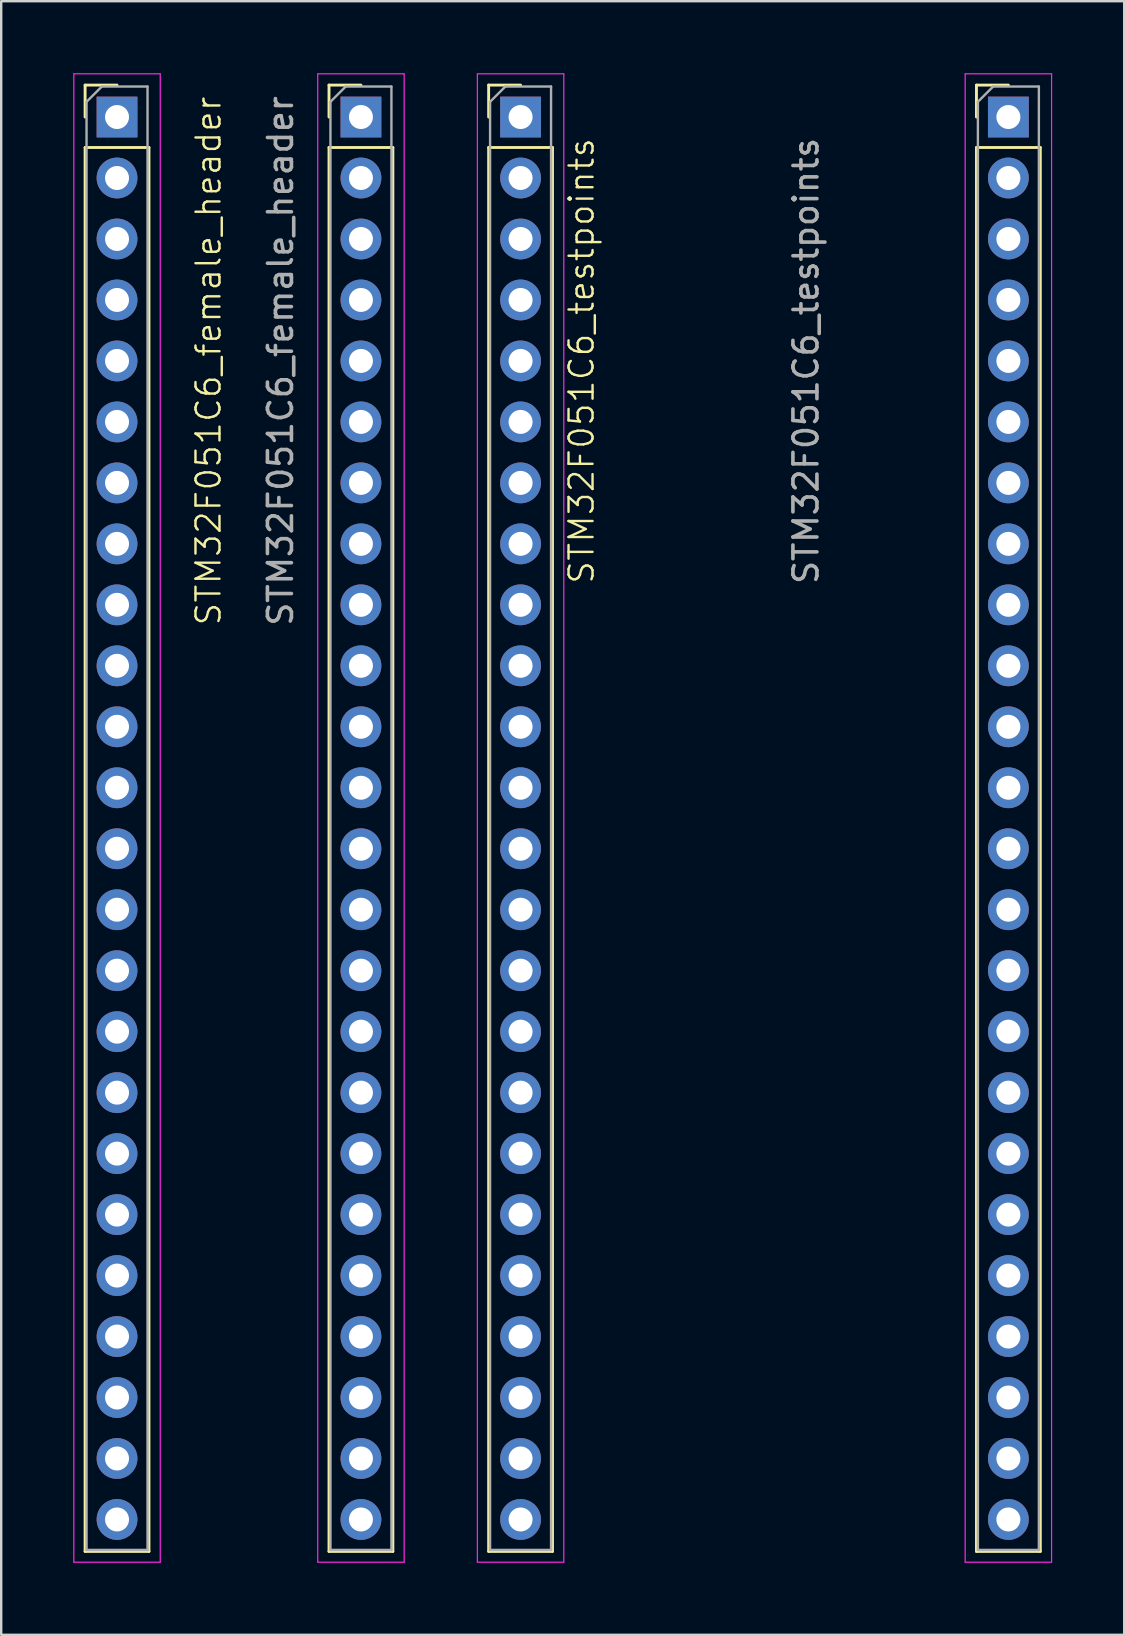
<source format=kicad_pcb>
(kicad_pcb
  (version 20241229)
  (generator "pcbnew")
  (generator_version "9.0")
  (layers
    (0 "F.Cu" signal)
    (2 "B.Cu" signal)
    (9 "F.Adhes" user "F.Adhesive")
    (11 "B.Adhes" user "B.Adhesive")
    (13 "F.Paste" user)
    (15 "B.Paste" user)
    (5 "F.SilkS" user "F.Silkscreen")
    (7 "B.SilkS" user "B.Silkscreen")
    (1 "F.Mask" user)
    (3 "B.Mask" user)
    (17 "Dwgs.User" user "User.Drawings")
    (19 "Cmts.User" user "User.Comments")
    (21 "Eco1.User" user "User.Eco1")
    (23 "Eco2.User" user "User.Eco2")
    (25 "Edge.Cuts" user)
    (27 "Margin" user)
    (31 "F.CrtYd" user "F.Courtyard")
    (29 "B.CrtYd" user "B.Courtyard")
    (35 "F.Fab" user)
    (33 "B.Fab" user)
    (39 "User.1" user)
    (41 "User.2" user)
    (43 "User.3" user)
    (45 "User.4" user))
  (footprint "STM32F051C6_female_header"
    (layer "F.Cu")
    (at 6.905 4.365)
    (property "Reference" "STM32F051C6_female_header" (at -1.27 7.62 90) (unlocked yes) (layer "F.SilkS") (effects (font (size 1 1) (thickness 0.1))))
    (attr smd)
    (fp_line (start -6.41 -3.87) (end -5.08 -3.87) (stroke (width 0.12) (type solid)) (layer "F.SilkS"))
    (fp_line (start -6.41 -2.54) (end -6.41 -3.87) (stroke (width 0.12) (type solid)) (layer "F.SilkS"))
    (fp_line (start -6.41 -1.27) (end -6.41 57.21) (stroke (width 0.12) (type solid)) (layer "F.SilkS"))
    (fp_line (start -6.41 -1.27) (end -3.75 -1.27) (stroke (width 0.12) (type solid)) (layer "F.SilkS"))
    (fp_line (start -6.41 57.21) (end -3.75 57.21) (stroke (width 0.12) (type solid)) (layer "F.SilkS"))
    (fp_line (start -3.75 -1.27) (end -3.75 57.21) (stroke (width 0.12) (type solid)) (layer "F.SilkS"))
    (fp_line (start 3.75 -3.87) (end 5.08 -3.87) (stroke (width 0.12) (type solid)) (layer "F.SilkS"))
    (fp_line (start 3.75 -2.54) (end 3.75 -3.87) (stroke (width 0.12) (type solid)) (layer "F.SilkS"))
    (fp_line (start 3.75 -1.27) (end 3.75 57.21) (stroke (width 0.12) (type solid)) (layer "F.SilkS"))
    (fp_line (start 3.75 -1.27) (end 6.41 -1.27) (stroke (width 0.12) (type solid)) (layer "F.SilkS"))
    (fp_line (start 3.75 57.21) (end 6.41 57.21) (stroke (width 0.12) (type solid)) (layer "F.SilkS"))
    (fp_line (start 6.41 -1.27) (end 6.41 57.21) (stroke (width 0.12) (type solid)) (layer "F.SilkS"))
    (fp_line (start -6.88 -4.34) (end -6.88 57.66) (stroke (width 0.05) (type solid)) (layer "F.CrtYd"))
    (fp_line (start -6.88 57.66) (end -3.28 57.66) (stroke (width 0.05) (type solid)) (layer "F.CrtYd"))
    (fp_line (start -3.28 -4.34) (end -6.88 -4.34) (stroke (width 0.05) (type solid)) (layer "F.CrtYd"))
    (fp_line (start -3.28 57.66) (end -3.28 -4.34) (stroke (width 0.05) (type solid)) (layer "F.CrtYd"))
    (fp_line (start 3.28 -4.34) (end 3.28 57.66) (stroke (width 0.05) (type solid)) (layer "F.CrtYd"))
    (fp_line (start 3.28 57.66) (end 6.88 57.66) (stroke (width 0.05) (type solid)) (layer "F.CrtYd"))
    (fp_line (start 6.88 -4.34) (end 3.28 -4.34) (stroke (width 0.05) (type solid)) (layer "F.CrtYd"))
    (fp_line (start 6.88 57.66) (end 6.88 -4.34) (stroke (width 0.05) (type solid)) (layer "F.CrtYd"))
    (fp_line (start -6.35 -3.175) (end -5.715 -3.81) (stroke (width 0.1) (type solid)) (layer "F.Fab"))
    (fp_line (start -6.35 57.15) (end -6.35 -3.175) (stroke (width 0.1) (type solid)) (layer "F.Fab"))
    (fp_line (start -5.715 -3.81) (end -3.81 -3.81) (stroke (width 0.1) (type solid)) (layer "F.Fab"))
    (fp_line (start -3.81 -3.81) (end -3.81 57.15) (stroke (width 0.1) (type solid)) (layer "F.Fab"))
    (fp_line (start -3.81 57.15) (end -6.35 57.15) (stroke (width 0.1) (type solid)) (layer "F.Fab"))
    (fp_line (start 3.81 -3.175) (end 4.445 -3.81) (stroke (width 0.1) (type solid)) (layer "F.Fab"))
    (fp_line (start 3.81 57.15) (end 3.81 -3.175) (stroke (width 0.1) (type solid)) (layer "F.Fab"))
    (fp_line (start 4.445 -3.81) (end 6.35 -3.81) (stroke (width 0.1) (type solid)) (layer "F.Fab"))
    (fp_line (start 6.35 -3.81) (end 6.35 57.15) (stroke (width 0.1) (type solid)) (layer "F.Fab"))
    (fp_line (start 6.35 57.15) (end 3.81 57.15) (stroke (width 0.1) (type solid)) (layer "F.Fab"))
    (fp_text user "${REFERENCE}" (at 1.73 7.62 90) (unlocked yes) (layer "F.Fab") (effects (font (size 1 1) (thickness 0.15))))
    (pad "1" thru_hole rect (at -5.08 -2.54) (size 1.7 1.7) (drill 1) (layers "*.Cu" "*.Mask"))
    (pad "2" thru_hole oval (at -5.08 0) (size 1.7 1.7) (drill 1) (layers "*.Cu" "*.Mask"))
    (pad "3" thru_hole oval (at -5.08 2.54) (size 1.7 1.7) (drill 1) (layers "*.Cu" "*.Mask"))
    (pad "4" thru_hole oval (at -5.08 5.08) (size 1.7 1.7) (drill 1) (layers "*.Cu" "*.Mask"))
    (pad "5" thru_hole oval (at -5.08 7.62) (size 1.7 1.7) (drill 1) (layers "*.Cu" "*.Mask"))
    (pad "6" thru_hole oval (at -5.08 10.16) (size 1.7 1.7) (drill 1) (layers "*.Cu" "*.Mask"))
    (pad "7" thru_hole oval (at -5.08 12.7) (size 1.7 1.7) (drill 1) (layers "*.Cu" "*.Mask"))
    (pad "8" thru_hole oval (at -5.08 15.24) (size 1.7 1.7) (drill 1) (layers "*.Cu" "*.Mask"))
    (pad "9" thru_hole oval (at -5.08 17.78) (size 1.7 1.7) (drill 1) (layers "*.Cu" "*.Mask"))
    (pad "10" thru_hole oval (at -5.08 20.32) (size 1.7 1.7) (drill 1) (layers "*.Cu" "*.Mask"))
    (pad "11" thru_hole oval (at -5.08 22.86) (size 1.7 1.7) (drill 1) (layers "*.Cu" "*.Mask"))
    (pad "12" thru_hole oval (at -5.08 25.4) (size 1.7 1.7) (drill 1) (layers "*.Cu" "*.Mask"))
    (pad "13" thru_hole oval (at -5.08 27.94) (size 1.7 1.7) (drill 1) (layers "*.Cu" "*.Mask"))
    (pad "14" thru_hole oval (at -5.08 30.48) (size 1.7 1.7) (drill 1) (layers "*.Cu" "*.Mask"))
    (pad "15" thru_hole oval (at -5.08 33.02) (size 1.7 1.7) (drill 1) (layers "*.Cu" "*.Mask"))
    (pad "16" thru_hole oval (at -5.08 35.56) (size 1.7 1.7) (drill 1) (layers "*.Cu" "*.Mask"))
    (pad "17" thru_hole oval (at -5.08 38.1) (size 1.7 1.7) (drill 1) (layers "*.Cu" "*.Mask"))
    (pad "18" thru_hole oval (at -5.08 40.64) (size 1.7 1.7) (drill 1) (layers "*.Cu" "*.Mask"))
    (pad "19" thru_hole oval (at -5.08 43.18) (size 1.7 1.7) (drill 1) (layers "*.Cu" "*.Mask"))
    (pad "20" thru_hole oval (at -5.08 45.72) (size 1.7 1.7) (drill 1) (layers "*.Cu" "*.Mask"))
    (pad "21" thru_hole oval (at -5.08 48.26) (size 1.7 1.7) (drill 1) (layers "*.Cu" "*.Mask"))
    (pad "22" thru_hole oval (at -5.08 50.8) (size 1.7 1.7) (drill 1) (layers "*.Cu" "*.Mask"))
    (pad "23" thru_hole oval (at -5.08 53.34) (size 1.7 1.7) (drill 1) (layers "*.Cu" "*.Mask"))
    (pad "24" thru_hole oval (at -5.08 55.88) (size 1.7 1.7) (drill 1) (layers "*.Cu" "*.Mask"))
    (pad "25" thru_hole oval (at 5.08 55.88) (size 1.7 1.7) (drill 1) (layers "*.Cu" "*.Mask"))
    (pad "26" thru_hole oval (at 5.08 53.34) (size 1.7 1.7) (drill 1) (layers "*.Cu" "*.Mask"))
    (pad "27" thru_hole oval (at 5.08 50.8) (size 1.7 1.7) (drill 1) (layers "*.Cu" "*.Mask"))
    (pad "28" thru_hole oval (at 5.08 48.26) (size 1.7 1.7) (drill 1) (layers "*.Cu" "*.Mask"))
    (pad "29" thru_hole oval (at 5.08 45.72) (size 1.7 1.7) (drill 1) (layers "*.Cu" "*.Mask"))
    (pad "30" thru_hole oval (at 5.08 43.18) (size 1.7 1.7) (drill 1) (layers "*.Cu" "*.Mask"))
    (pad "31" thru_hole oval (at 5.08 40.64) (size 1.7 1.7) (drill 1) (layers "*.Cu" "*.Mask"))
    (pad "32" thru_hole oval (at 5.08 38.1) (size 1.7 1.7) (drill 1) (layers "*.Cu" "*.Mask"))
    (pad "33" thru_hole oval (at 5.08 35.56) (size 1.7 1.7) (drill 1) (layers "*.Cu" "*.Mask"))
    (pad "34" thru_hole oval (at 5.08 33.02) (size 1.7 1.7) (drill 1) (layers "*.Cu" "*.Mask"))
    (pad "35" thru_hole oval (at 5.08 30.48) (size 1.7 1.7) (drill 1) (layers "*.Cu" "*.Mask"))
    (pad "36" thru_hole oval (at 5.08 27.94) (size 1.7 1.7) (drill 1) (layers "*.Cu" "*.Mask"))
    (pad "37" thru_hole oval (at 5.08 25.4) (size 1.7 1.7) (drill 1) (layers "*.Cu" "*.Mask"))
    (pad "38" thru_hole oval (at 5.08 22.86) (size 1.7 1.7) (drill 1) (layers "*.Cu" "*.Mask"))
    (pad "39" thru_hole oval (at 5.08 20.32) (size 1.7 1.7) (drill 1) (layers "*.Cu" "*.Mask"))
    (pad "40" thru_hole oval (at 5.08 17.78) (size 1.7 1.7) (drill 1) (layers "*.Cu" "*.Mask"))
    (pad "41" thru_hole oval (at 5.08 15.24) (size 1.7 1.7) (drill 1) (layers "*.Cu" "*.Mask"))
    (pad "42" thru_hole oval (at 5.08 12.7) (size 1.7 1.7) (drill 1) (layers "*.Cu" "*.Mask"))
    (pad "43" thru_hole oval (at 5.08 10.16) (size 1.7 1.7) (drill 1) (layers "*.Cu" "*.Mask"))
    (pad "44" thru_hole oval (at 5.08 7.62) (size 1.7 1.7) (drill 1) (layers "*.Cu" "*.Mask"))
    (pad "45" thru_hole oval (at 5.08 5.08) (size 1.7 1.7) (drill 1) (layers "*.Cu" "*.Mask"))
    (pad "46" thru_hole oval (at 5.08 2.54) (size 1.7 1.7) (drill 1) (layers "*.Cu" "*.Mask"))
    (pad "47" thru_hole oval (at 5.08 0) (size 1.7 1.7) (drill 1) (layers "*.Cu" "*.Mask"))
    (pad "48" thru_hole rect (at 5.08 -2.54) (size 1.7 1.7) (drill 1) (layers "*.Cu" "*.Mask")))
  (footprint "STM32F051C6_testpoints"
    (layer "F.Cu")
    (at 28.795 4.365)
    (property "Reference" "STM32F051C6_testpoints" (at -7.62 7.62 90) (unlocked yes) (layer "F.SilkS") (effects (font (size 1 1) (thickness 0.1))))
    (attr smd)
    (fp_line (start -11.49 -3.87) (end -10.16 -3.87) (stroke (width 0.12) (type solid)) (layer "F.SilkS"))
    (fp_line (start -11.49 -2.54) (end -11.49 -3.87) (stroke (width 0.12) (type solid)) (layer "F.SilkS"))
    (fp_line (start -11.49 -1.27) (end -11.49 57.21) (stroke (width 0.12) (type solid)) (layer "F.SilkS"))
    (fp_line (start -11.49 -1.27) (end -8.83 -1.27) (stroke (width 0.12) (type solid)) (layer "F.SilkS"))
    (fp_line (start -11.49 57.21) (end -8.83 57.21) (stroke (width 0.12) (type solid)) (layer "F.SilkS"))
    (fp_line (start -8.83 -1.27) (end -8.83 57.21) (stroke (width 0.12) (type solid)) (layer "F.SilkS"))
    (fp_line (start 8.83 -3.87) (end 10.16 -3.87) (stroke (width 0.12) (type solid)) (layer "F.SilkS"))
    (fp_line (start 8.83 -2.54) (end 8.83 -3.87) (stroke (width 0.12) (type solid)) (layer "F.SilkS"))
    (fp_line (start 8.83 -1.27) (end 8.83 57.21) (stroke (width 0.12) (type solid)) (layer "F.SilkS"))
    (fp_line (start 8.83 -1.27) (end 11.49 -1.27) (stroke (width 0.12) (type solid)) (layer "F.SilkS"))
    (fp_line (start 8.83 57.21) (end 11.49 57.21) (stroke (width 0.12) (type solid)) (layer "F.SilkS"))
    (fp_line (start 11.49 -1.27) (end 11.49 57.21) (stroke (width 0.12) (type solid)) (layer "F.SilkS"))
    (fp_line (start -11.96 -4.34) (end -11.96 57.66) (stroke (width 0.05) (type solid)) (layer "F.CrtYd"))
    (fp_line (start -11.96 57.66) (end -8.36 57.66) (stroke (width 0.05) (type solid)) (layer "F.CrtYd"))
    (fp_line (start -8.36 -4.34) (end -11.96 -4.34) (stroke (width 0.05) (type solid)) (layer "F.CrtYd"))
    (fp_line (start -8.36 57.66) (end -8.36 -4.34) (stroke (width 0.05) (type solid)) (layer "F.CrtYd"))
    (fp_line (start 8.36 -4.34) (end 8.36 57.66) (stroke (width 0.05) (type solid)) (layer "F.CrtYd"))
    (fp_line (start 8.36 57.66) (end 11.96 57.66) (stroke (width 0.05) (type solid)) (layer "F.CrtYd"))
    (fp_line (start 11.96 -4.34) (end 8.36 -4.34) (stroke (width 0.05) (type solid)) (layer "F.CrtYd"))
    (fp_line (start 11.96 57.66) (end 11.96 -4.34) (stroke (width 0.05) (type solid)) (layer "F.CrtYd"))
    (fp_line (start -11.43 -3.175) (end -10.795 -3.81) (stroke (width 0.1) (type solid)) (layer "F.Fab"))
    (fp_line (start -11.43 57.15) (end -11.43 -3.175) (stroke (width 0.1) (type solid)) (layer "F.Fab"))
    (fp_line (start -10.795 -3.81) (end -8.89 -3.81) (stroke (width 0.1) (type solid)) (layer "F.Fab"))
    (fp_line (start -8.89 -3.81) (end -8.89 57.15) (stroke (width 0.1) (type solid)) (layer "F.Fab"))
    (fp_line (start -8.89 57.15) (end -11.43 57.15) (stroke (width 0.1) (type solid)) (layer "F.Fab"))
    (fp_line (start 8.89 -3.175) (end 9.525 -3.81) (stroke (width 0.1) (type solid)) (layer "F.Fab"))
    (fp_line (start 8.89 57.15) (end 8.89 -3.175) (stroke (width 0.1) (type solid)) (layer "F.Fab"))
    (fp_line (start 9.525 -3.81) (end 11.43 -3.81) (stroke (width 0.1) (type solid)) (layer "F.Fab"))
    (fp_line (start 11.43 -3.81) (end 11.43 57.15) (stroke (width 0.1) (type solid)) (layer "F.Fab"))
    (fp_line (start 11.43 57.15) (end 8.89 57.15) (stroke (width 0.1) (type solid)) (layer "F.Fab"))
    (fp_text user "${REFERENCE}" (at 1.73 7.62 90) (unlocked yes) (layer "F.Fab") (effects (font (size 1 1) (thickness 0.15))))
    (pad "1" thru_hole rect (at -10.16 -2.54) (size 1.7 1.7) (drill 1) (layers "*.Cu" "*.Mask"))
    (pad "2" thru_hole oval (at -10.16 0) (size 1.7 1.7) (drill 1) (layers "*.Cu" "*.Mask"))
    (pad "3" thru_hole oval (at -10.16 2.54) (size 1.7 1.7) (drill 1) (layers "*.Cu" "*.Mask"))
    (pad "4" thru_hole oval (at -10.16 5.08) (size 1.7 1.7) (drill 1) (layers "*.Cu" "*.Mask"))
    (pad "5" thru_hole oval (at -10.16 7.62) (size 1.7 1.7) (drill 1) (layers "*.Cu" "*.Mask"))
    (pad "6" thru_hole oval (at -10.16 10.16) (size 1.7 1.7) (drill 1) (layers "*.Cu" "*.Mask"))
    (pad "7" thru_hole oval (at -10.16 12.7) (size 1.7 1.7) (drill 1) (layers "*.Cu" "*.Mask"))
    (pad "8" thru_hole oval (at -10.16 15.24) (size 1.7 1.7) (drill 1) (layers "*.Cu" "*.Mask"))
    (pad "9" thru_hole oval (at -10.16 17.78) (size 1.7 1.7) (drill 1) (layers "*.Cu" "*.Mask"))
    (pad "10" thru_hole oval (at -10.16 20.32) (size 1.7 1.7) (drill 1) (layers "*.Cu" "*.Mask"))
    (pad "11" thru_hole oval (at -10.16 22.86) (size 1.7 1.7) (drill 1) (layers "*.Cu" "*.Mask"))
    (pad "12" thru_hole oval (at -10.16 25.4) (size 1.7 1.7) (drill 1) (layers "*.Cu" "*.Mask"))
    (pad "13" thru_hole oval (at -10.16 27.94) (size 1.7 1.7) (drill 1) (layers "*.Cu" "*.Mask"))
    (pad "14" thru_hole oval (at -10.16 30.48) (size 1.7 1.7) (drill 1) (layers "*.Cu" "*.Mask"))
    (pad "15" thru_hole oval (at -10.16 33.02) (size 1.7 1.7) (drill 1) (layers "*.Cu" "*.Mask"))
    (pad "16" thru_hole oval (at -10.16 35.56) (size 1.7 1.7) (drill 1) (layers "*.Cu" "*.Mask"))
    (pad "17" thru_hole oval (at -10.16 38.1) (size 1.7 1.7) (drill 1) (layers "*.Cu" "*.Mask"))
    (pad "18" thru_hole oval (at -10.16 40.64) (size 1.7 1.7) (drill 1) (layers "*.Cu" "*.Mask"))
    (pad "19" thru_hole oval (at -10.16 43.18) (size 1.7 1.7) (drill 1) (layers "*.Cu" "*.Mask"))
    (pad "20" thru_hole oval (at -10.16 45.72) (size 1.7 1.7) (drill 1) (layers "*.Cu" "*.Mask"))
    (pad "21" thru_hole oval (at -10.16 48.26) (size 1.7 1.7) (drill 1) (layers "*.Cu" "*.Mask"))
    (pad "22" thru_hole oval (at -10.16 50.8) (size 1.7 1.7) (drill 1) (layers "*.Cu" "*.Mask"))
    (pad "23" thru_hole oval (at -10.16 53.34) (size 1.7 1.7) (drill 1) (layers "*.Cu" "*.Mask"))
    (pad "24" thru_hole oval (at -10.16 55.88) (size 1.7 1.7) (drill 1) (layers "*.Cu" "*.Mask"))
    (pad "25" thru_hole oval (at 10.16 55.88) (size 1.7 1.7) (drill 1) (layers "*.Cu" "*.Mask"))
    (pad "26" thru_hole oval (at 10.16 53.34) (size 1.7 1.7) (drill 1) (layers "*.Cu" "*.Mask"))
    (pad "27" thru_hole oval (at 10.16 50.8) (size 1.7 1.7) (drill 1) (layers "*.Cu" "*.Mask"))
    (pad "28" thru_hole oval (at 10.16 48.26) (size 1.7 1.7) (drill 1) (layers "*.Cu" "*.Mask"))
    (pad "29" thru_hole oval (at 10.16 45.72) (size 1.7 1.7) (drill 1) (layers "*.Cu" "*.Mask"))
    (pad "30" thru_hole oval (at 10.16 43.18) (size 1.7 1.7) (drill 1) (layers "*.Cu" "*.Mask"))
    (pad "31" thru_hole oval (at 10.16 40.64) (size 1.7 1.7) (drill 1) (layers "*.Cu" "*.Mask"))
    (pad "32" thru_hole oval (at 10.16 38.1) (size 1.7 1.7) (drill 1) (layers "*.Cu" "*.Mask"))
    (pad "33" thru_hole oval (at 10.16 35.56) (size 1.7 1.7) (drill 1) (layers "*.Cu" "*.Mask"))
    (pad "34" thru_hole oval (at 10.16 33.02) (size 1.7 1.7) (drill 1) (layers "*.Cu" "*.Mask"))
    (pad "35" thru_hole oval (at 10.16 30.48) (size 1.7 1.7) (drill 1) (layers "*.Cu" "*.Mask"))
    (pad "36" thru_hole oval (at 10.16 27.94) (size 1.7 1.7) (drill 1) (layers "*.Cu" "*.Mask"))
    (pad "37" thru_hole oval (at 10.16 25.4) (size 1.7 1.7) (drill 1) (layers "*.Cu" "*.Mask"))
    (pad "38" thru_hole oval (at 10.16 22.86) (size 1.7 1.7) (drill 1) (layers "*.Cu" "*.Mask"))
    (pad "39" thru_hole oval (at 10.16 20.32) (size 1.7 1.7) (drill 1) (layers "*.Cu" "*.Mask"))
    (pad "40" thru_hole oval (at 10.16 17.78) (size 1.7 1.7) (drill 1) (layers "*.Cu" "*.Mask"))
    (pad "41" thru_hole oval (at 10.16 15.24) (size 1.7 1.7) (drill 1) (layers "*.Cu" "*.Mask"))
    (pad "42" thru_hole oval (at 10.16 12.7) (size 1.7 1.7) (drill 1) (layers "*.Cu" "*.Mask"))
    (pad "43" thru_hole oval (at 10.16 10.16) (size 1.7 1.7) (drill 1) (layers "*.Cu" "*.Mask"))
    (pad "44" thru_hole oval (at 10.16 7.62) (size 1.7 1.7) (drill 1) (layers "*.Cu" "*.Mask"))
    (pad "45" thru_hole oval (at 10.16 5.08) (size 1.7 1.7) (drill 1) (layers "*.Cu" "*.Mask"))
    (pad "46" thru_hole oval (at 10.16 2.54) (size 1.7 1.7) (drill 1) (layers "*.Cu" "*.Mask"))
    (pad "47" thru_hole oval (at 10.16 0) (size 1.7 1.7) (drill 1) (layers "*.Cu" "*.Mask"))
    (pad "48" thru_hole rect (at 10.16 -2.54) (size 1.7 1.7) (drill 1) (layers "*.Cu" "*.Mask")))
  (gr_rect
    (start -3 -3)
    (end 43.78 65.05)
    (stroke (width 0.1) (type default))
    (fill no)
    (layer "Edge.Cuts")))
</source>
